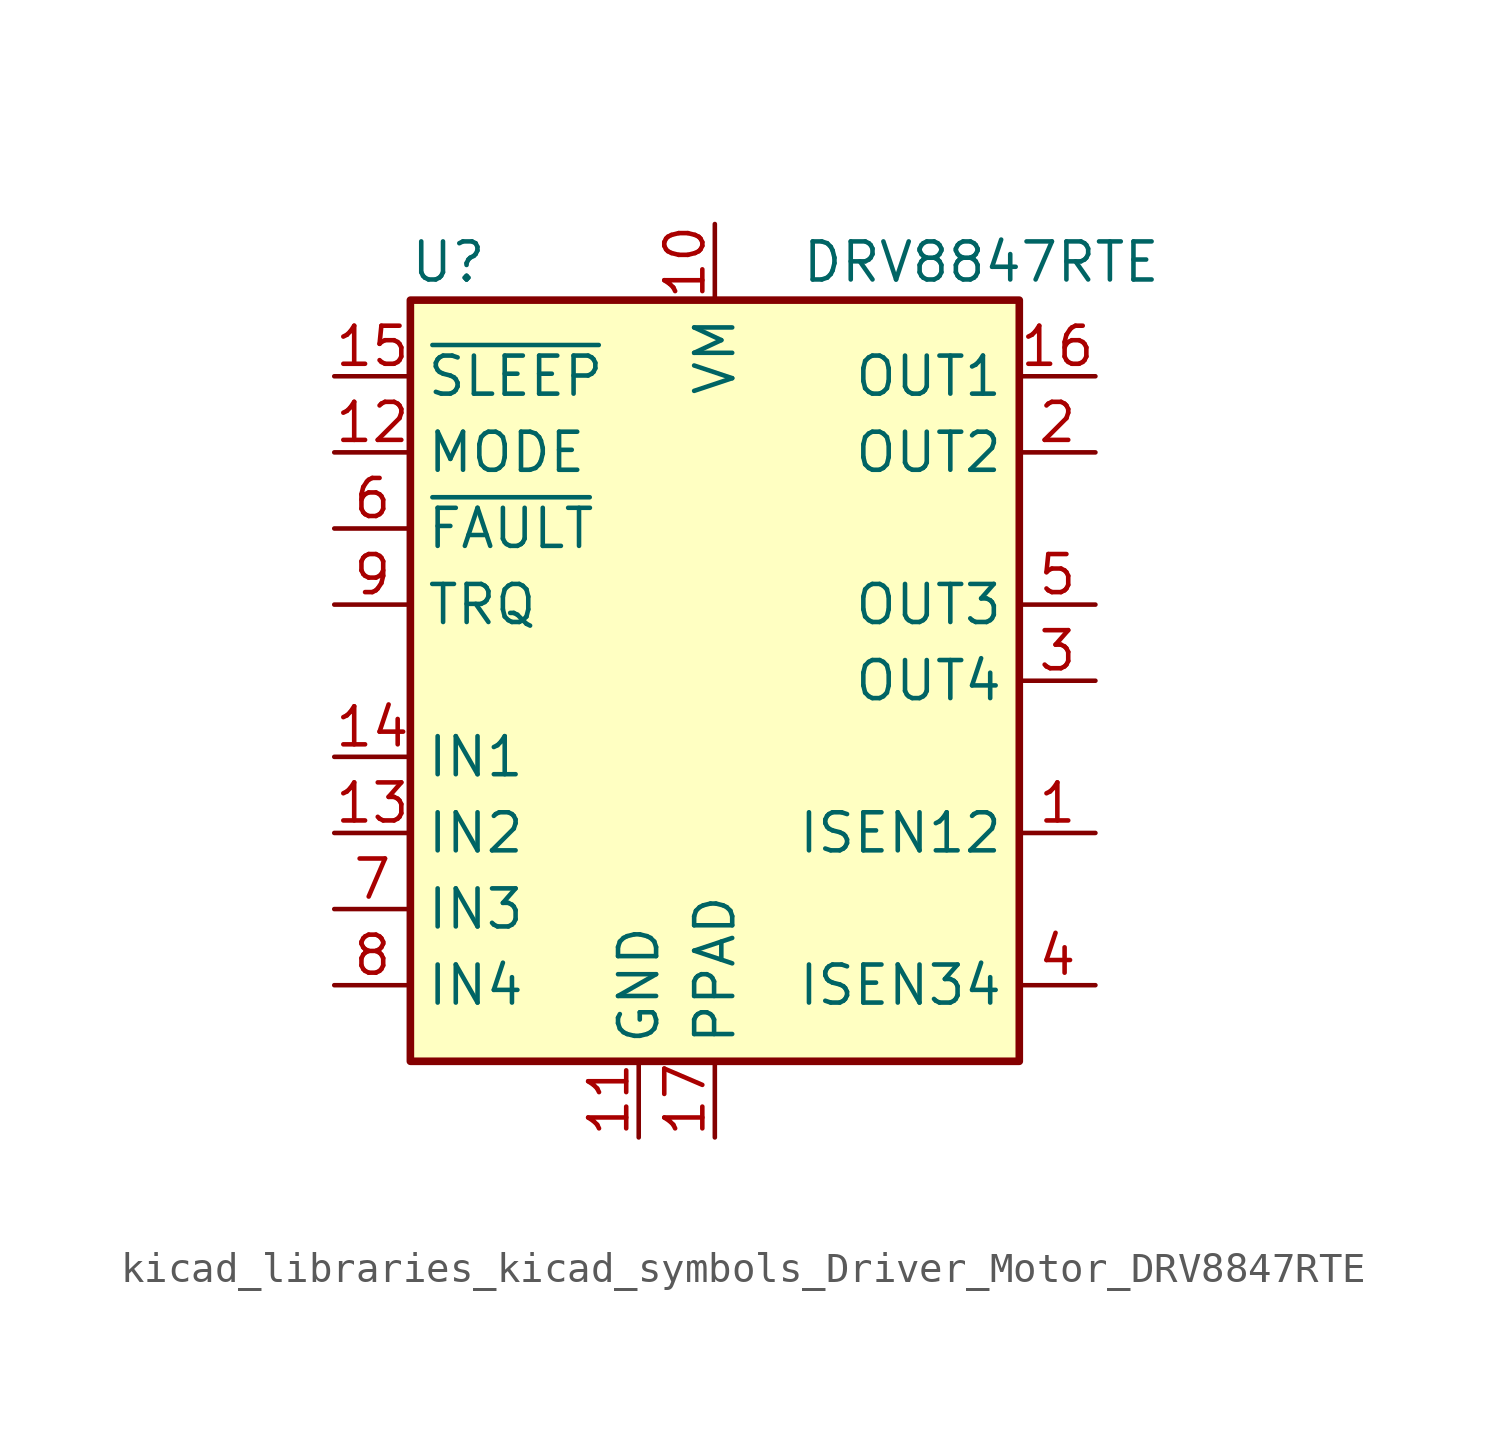
<source format=kicad_sym>
(kicad_symbol_lib
  (version 20220914)
  (generator kicad_symbol_editor)
  (symbol "kicad_libraries_kicad_symbols_Driver_Motor_DRV8847RTE"
    (property "Reference" "U"
      (at -8.89 13.97 0)
      (effects (font (size 1.27 1.27))))
    (property "Value" "DRV8847RTE"
      (at 8.89 13.97 0)
      (effects (font (size 1.27 1.27))))
    (symbol "kicad_libraries_kicad_symbols_Driver_Motor_DRV8847RTE_0_1"
      (rectangle (start -10.16 -12.7) (end 10.16 12.7) (stroke (width 0.254) (type default)) (fill (type background))))
    (symbol "kicad_libraries_kicad_symbols_Driver_Motor_DRV8847RTE_1_1"
      (pin passive line (at 12.7 -5.08 180) (length 2.54) (name "ISEN12" (effects (font (size 1.27 1.27)))) (number "1" (effects (font (size 1.27 1.27)))))
      (pin power_in line (at 0 15.24 270) (length 2.54) (name "VM" (effects (font (size 1.27 1.27)))) (number "10" (effects (font (size 1.27 1.27)))))
      (pin power_in line (at -2.54 -15.24 90) (length 2.54) (name "GND" (effects (font (size 1.27 1.27)))) (number "11" (effects (font (size 1.27 1.27)))))
      (pin input line (at -12.7 7.62 0) (length 2.54) (name "MODE" (effects (font (size 1.27 1.27)))) (number "12" (effects (font (size 1.27 1.27)))))
      (pin input line (at -12.7 -5.08 0) (length 2.54) (name "IN2" (effects (font (size 1.27 1.27)))) (number "13" (effects (font (size 1.27 1.27)))))
      (pin input line (at -12.7 -2.54 0) (length 2.54) (name "IN1" (effects (font (size 1.27 1.27)))) (number "14" (effects (font (size 1.27 1.27)))))
      (pin input line (at -12.7 10.16 0) (length 2.54) (name "~{SLEEP}" (effects (font (size 1.27 1.27)))) (number "15" (effects (font (size 1.27 1.27)))))
      (pin output line (at 12.7 10.16 180) (length 2.54) (name "OUT1" (effects (font (size 1.27 1.27)))) (number "16" (effects (font (size 1.27 1.27)))))
      (pin power_in line (at 0 -15.24 90) (length 2.54) (name "PPAD" (effects (font (size 1.27 1.27)))) (number "17" (effects (font (size 1.27 1.27)))))
      (pin output line (at 12.7 7.62 180) (length 2.54) (name "OUT2" (effects (font (size 1.27 1.27)))) (number "2" (effects (font (size 1.27 1.27)))))
      (pin output line (at 12.7 0 180) (length 2.54) (name "OUT4" (effects (font (size 1.27 1.27)))) (number "3" (effects (font (size 1.27 1.27)))))
      (pin passive line (at 12.7 -10.16 180) (length 2.54) (name "ISEN34" (effects (font (size 1.27 1.27)))) (number "4" (effects (font (size 1.27 1.27)))))
      (pin output line (at 12.7 2.54 180) (length 2.54) (name "OUT3" (effects (font (size 1.27 1.27)))) (number "5" (effects (font (size 1.27 1.27)))))
      (pin open_collector line (at -12.7 5.08 0) (length 2.54) (name "~{FAULT}" (effects (font (size 1.27 1.27)))) (number "6" (effects (font (size 1.27 1.27)))))
      (pin input line (at -12.7 -7.62 0) (length 2.54) (name "IN3" (effects (font (size 1.27 1.27)))) (number "7" (effects (font (size 1.27 1.27)))))
      (pin input line (at -12.7 -10.16 0) (length 2.54) (name "IN4" (effects (font (size 1.27 1.27)))) (number "8" (effects (font (size 1.27 1.27)))))
      (pin input line (at -12.7 2.54 0) (length 2.54) (name "TRQ" (effects (font (size 1.27 1.27)))) (number "9" (effects (font (size 1.27 1.27))))))))
</source>
